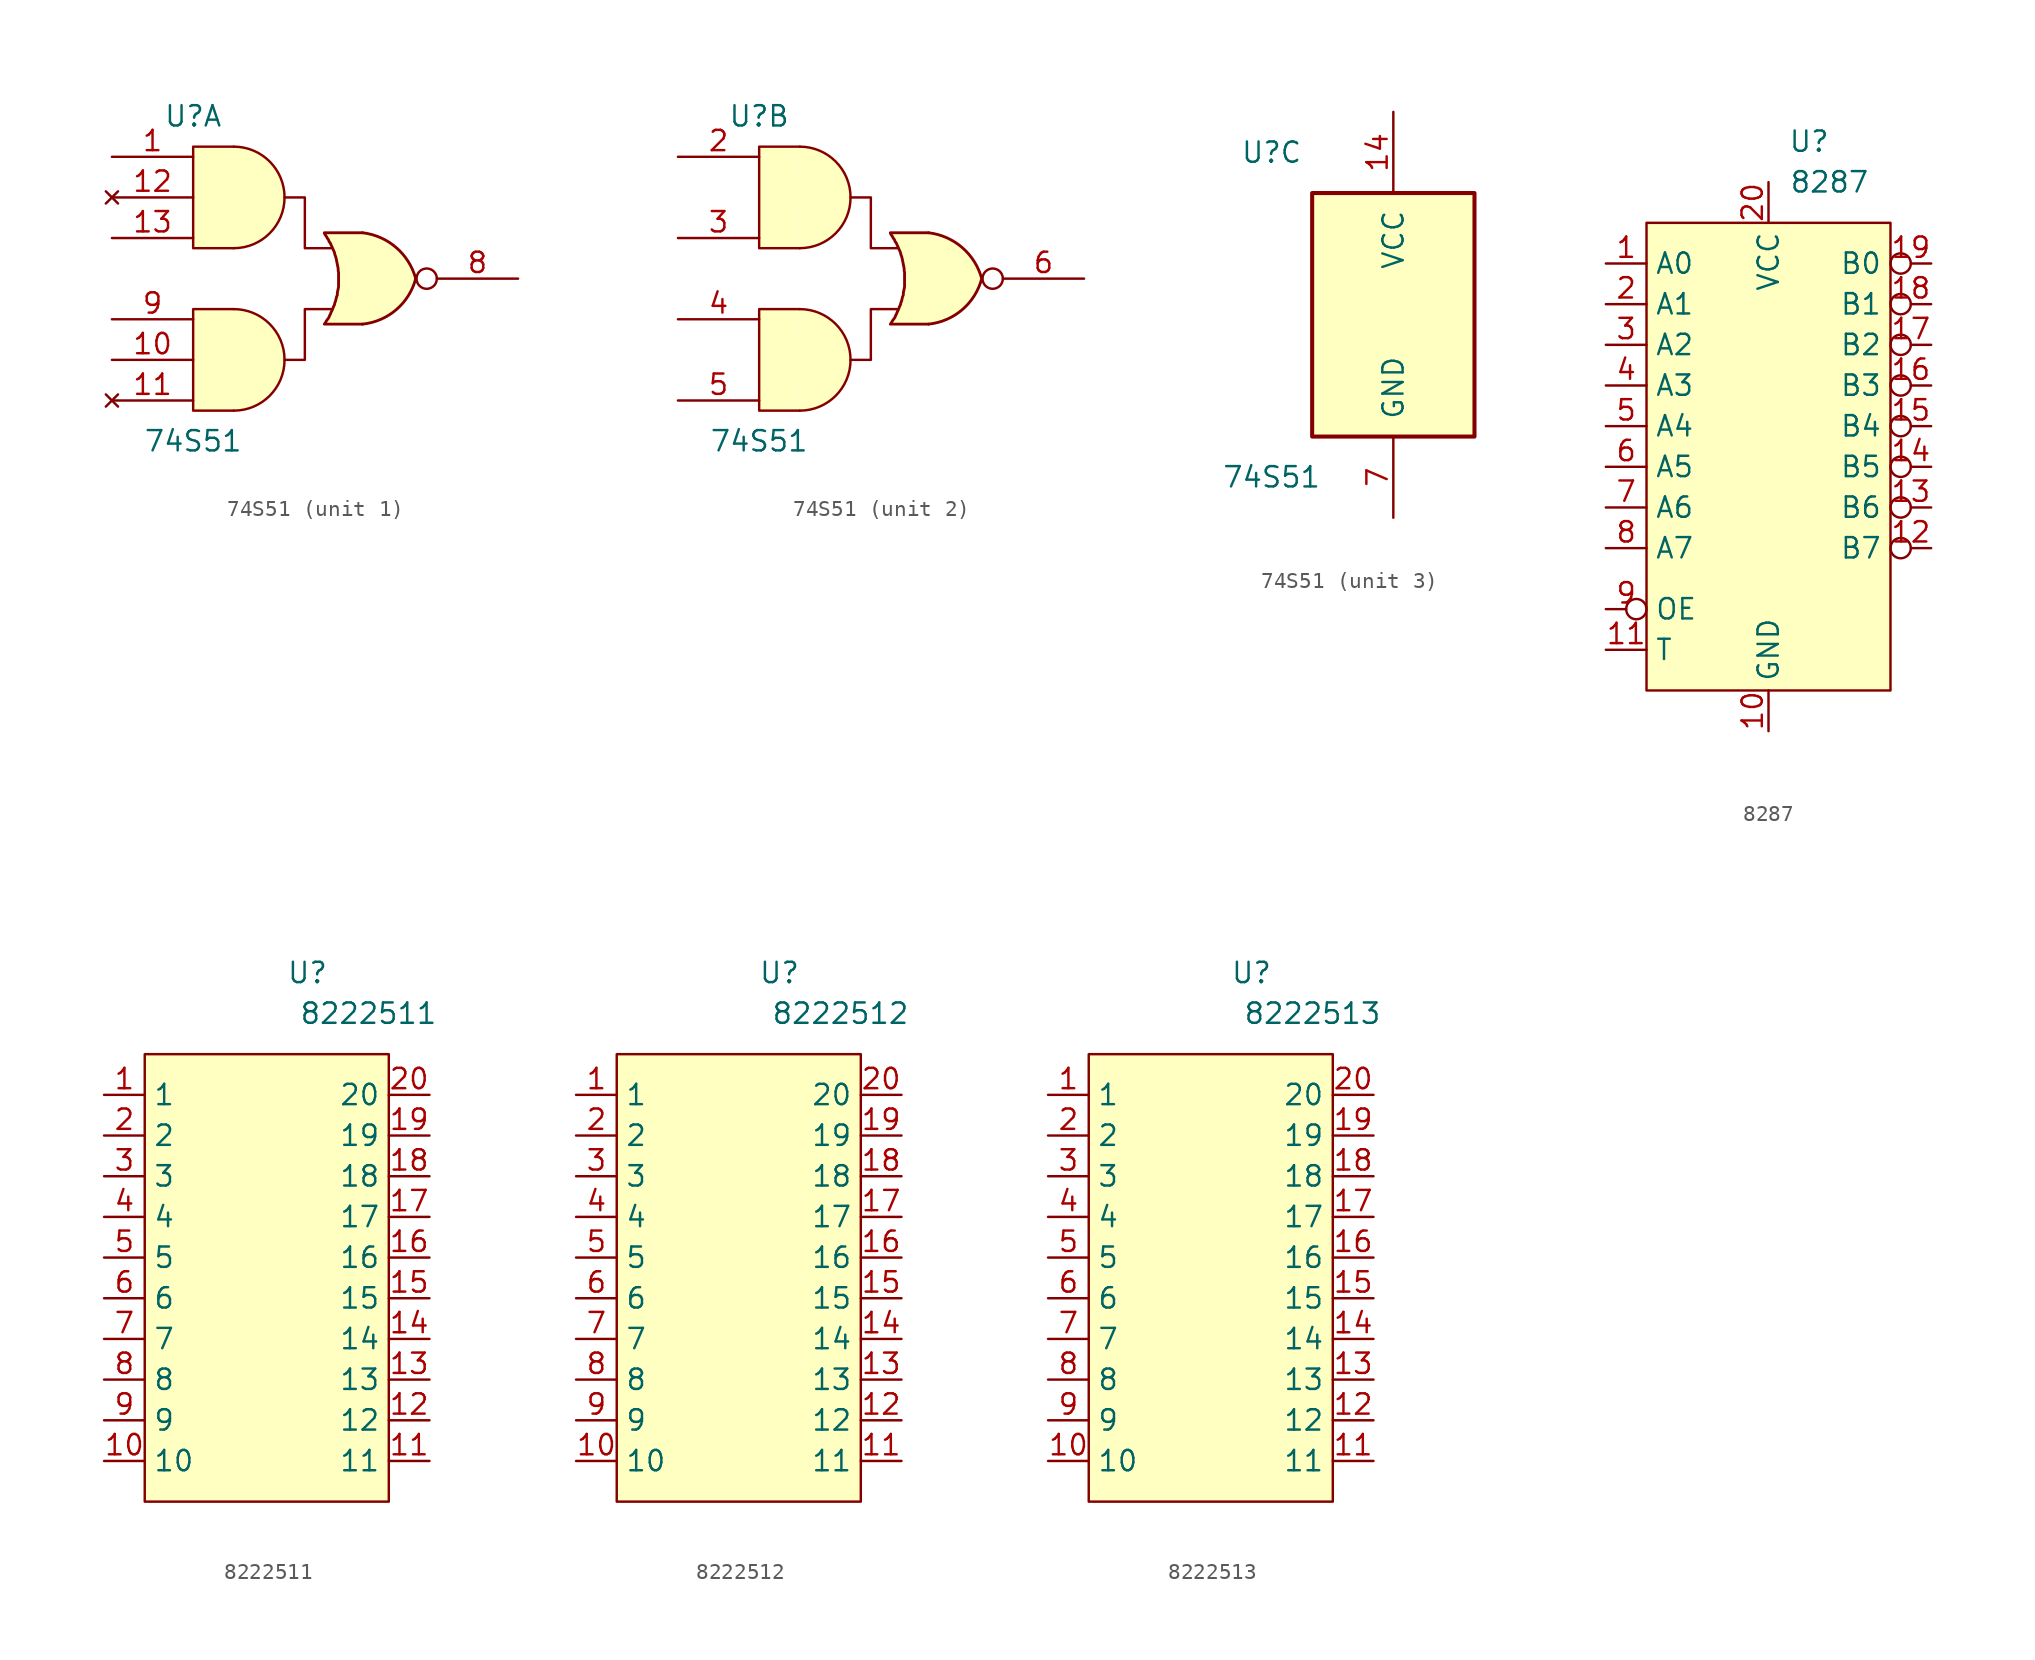
<source format=kicad_sym>
(kicad_symbol_lib
  (version 20220914)
  (generator kicad_symbol_editor)
  (symbol "74S51"
    (pin_names
      (offset 1.016))
    (property "Reference" "U"
      (at -7.62 10.16 0)
      (effects (font (size 1.27 1.27))))
    (property "Value" "74S51"
      (at -7.62 -10.16 0)
      (effects (font (size 1.27 1.27))))
    (property "ki_locked" ""
      (at 0 0 0)
      (effects (font (size 1.27 1.27))))
    (symbol "74S51_1_0"
      (arc (start -5.08 -8.255) (mid -1.9188 -5.08) (end -5.08 -1.905) (stroke (width 0) (type solid)) (fill (type background)))
      (arc (start -5.08 1.905) (mid -1.9188 5.08) (end -5.08 8.255) (stroke (width 0) (type solid)) (fill (type background)))
      (polyline (pts (xy -5.08 -1.905) (xy -7.62 -1.905) (xy -7.62 -8.255) (xy -5.08 -8.255)) (stroke (width 0) (type solid)) (fill (type background)))
      (polyline (pts (xy -5.08 1.905) (xy -7.62 1.905) (xy -7.62 8.255) (xy -5.08 8.255)) (stroke (width 0) (type solid)) (fill (type background)))
      (polyline (pts (xy -1.905 -5.08) (xy -0.635 -5.08) (xy -0.635 -1.905) (xy 1.016 -1.905)) (stroke (width 0) (type solid)) (fill (type none)))
      (polyline (pts (xy -1.905 5.08) (xy -0.635 5.08) (xy -0.635 1.905) (xy 1.016 1.905)) (stroke (width 0) (type solid)) (fill (type none)))
      (polyline (pts (xy 2.972 2.87) (xy 0.584 2.87) (xy 0.584 2.845) (xy 0.635 2.743) (xy 0.711 2.642) (xy 0.762 2.54) (xy 0.838 2.438) (xy 0.889 2.311) (xy 0.965 2.21) (xy 1.016 2.083) (xy 1.067 1.981) (xy 1.118 1.854) (xy 1.168 1.753) (xy 1.219 1.626) (xy 1.245 1.499) (xy 1.295 1.372) (xy 1.321 1.27) (xy 1.346 1.143) (xy 1.372 1.016) (xy 1.397 0.889) (xy 1.422 0.762) (xy 1.448 0.635) (xy 1.448 0.508) (xy 1.473 0.381) (xy 1.473 0.254) (xy 1.473 0.127) (xy 1.473 0) (xy 1.473 -0.127) (xy 1.473 -0.254) (xy 1.473 -0.381) (xy 1.473 -0.508) (xy 1.448 -0.635) (xy 1.422 -0.762) (xy 1.397 -0.889) (xy 1.397 -1.016) (xy 1.346 -1.143) (xy 1.321 -1.245) (xy 1.295 -1.372) (xy 1.245 -1.499) (xy 1.219 -1.626) (xy 1.168 -1.727) (xy 1.118 -1.854) (xy 1.067 -1.981) (xy 1.016 -2.083) (xy 0.965 -2.21) (xy 0.914 -2.311) (xy 0.864 -2.438) (xy 0.787 -2.54) (xy 0.711 -2.642) (xy 0.66 -2.743) (xy 0.584 -2.845) (xy 0.584 -2.845) (xy 2.972 -2.845)) (stroke (width 0.178) (type solid)) (fill (type background)))
      (arc (start 2.9718 -2.8448) (mid 5.0811 -1.9407) (end 6.2992 0) (stroke (width 0.1778) (type solid)) (fill (type background)))
      (arc (start 6.2992 0) (mid 5.0781 1.9435) (end 2.9718 2.8702) (stroke (width 0.1778) (type solid)) (fill (type background)))
      (circle (center 6.985 0) (radius 0.635) (stroke (width 0) (type solid)) (fill (type none)))
      (pin input line (at -12.7 7.62 0) (length 5.08) (name "~" (effects (font (size 1.27 1.27)))) (number "1" (effects (font (size 1.27 1.27)))))
      (pin input line (at -12.7 -5.08 0) (length 5.08) (name "~" (effects (font (size 1.27 1.27)))) (number "10" (effects (font (size 1.27 1.27)))))
      (pin no_connect line (at -12.7 -7.62 0) (length 5.08) (name "~" (effects (font (size 1.27 1.27)))) (number "11" (effects (font (size 1.27 1.27)))))
      (pin no_connect line (at -12.7 5.08 0) (length 5.08) (name "~" (effects (font (size 1.27 1.27)))) (number "12" (effects (font (size 1.27 1.27)))))
      (pin input line (at -12.7 2.54 0) (length 5.08) (name "~" (effects (font (size 1.27 1.27)))) (number "13" (effects (font (size 1.27 1.27)))))
      (pin output line (at 12.7 0 180) (length 5.08) (name "~" (effects (font (size 1.27 1.27)))) (number "8" (effects (font (size 1.27 1.27)))))
      (pin input line (at -12.7 -2.54 0) (length 5.08) (name "~" (effects (font (size 1.27 1.27)))) (number "9" (effects (font (size 1.27 1.27))))))
    (symbol "74S51_2_0"
      (arc (start -5.08 -8.255) (mid -1.9188 -5.08) (end -5.08 -1.905) (stroke (width 0) (type solid)) (fill (type background)))
      (arc (start -5.08 1.905) (mid -1.9188 5.08) (end -5.08 8.255) (stroke (width 0) (type solid)) (fill (type background)))
      (polyline (pts (xy -5.08 -1.905) (xy -7.62 -1.905) (xy -7.62 -8.255) (xy -5.08 -8.255)) (stroke (width 0) (type solid)) (fill (type background)))
      (polyline (pts (xy -5.08 1.905) (xy -7.62 1.905) (xy -7.62 8.255) (xy -5.08 8.255)) (stroke (width 0) (type solid)) (fill (type background)))
      (polyline (pts (xy -1.905 -5.08) (xy -0.635 -5.08) (xy -0.635 -1.905) (xy 1.016 -1.905)) (stroke (width 0) (type solid)) (fill (type none)))
      (polyline (pts (xy -1.905 5.08) (xy -0.635 5.08) (xy -0.635 1.905) (xy 1.016 1.905)) (stroke (width 0) (type solid)) (fill (type none)))
      (polyline (pts (xy 2.972 2.87) (xy 0.584 2.87) (xy 0.584 2.845) (xy 0.635 2.743) (xy 0.711 2.642) (xy 0.762 2.54) (xy 0.838 2.438) (xy 0.889 2.311) (xy 0.965 2.21) (xy 1.016 2.083) (xy 1.067 1.981) (xy 1.118 1.854) (xy 1.168 1.753) (xy 1.219 1.626) (xy 1.245 1.499) (xy 1.295 1.372) (xy 1.321 1.27) (xy 1.346 1.143) (xy 1.372 1.016) (xy 1.397 0.889) (xy 1.422 0.762) (xy 1.448 0.635) (xy 1.448 0.508) (xy 1.473 0.381) (xy 1.473 0.254) (xy 1.473 0.127) (xy 1.473 0) (xy 1.473 -0.127) (xy 1.473 -0.254) (xy 1.473 -0.381) (xy 1.473 -0.508) (xy 1.448 -0.635) (xy 1.422 -0.762) (xy 1.397 -0.889) (xy 1.397 -1.016) (xy 1.346 -1.143) (xy 1.321 -1.245) (xy 1.295 -1.372) (xy 1.245 -1.499) (xy 1.219 -1.626) (xy 1.168 -1.727) (xy 1.118 -1.854) (xy 1.067 -1.981) (xy 1.016 -2.083) (xy 0.965 -2.21) (xy 0.914 -2.311) (xy 0.864 -2.438) (xy 0.787 -2.54) (xy 0.711 -2.642) (xy 0.66 -2.743) (xy 0.584 -2.845) (xy 0.584 -2.845) (xy 2.972 -2.845)) (stroke (width 0.178) (type solid)) (fill (type background)))
      (arc (start 2.9718 -2.8448) (mid 5.0811 -1.9407) (end 6.2992 0) (stroke (width 0.1778) (type solid)) (fill (type background)))
      (arc (start 6.2992 0) (mid 5.0781 1.9435) (end 2.9718 2.8702) (stroke (width 0.1778) (type solid)) (fill (type background)))
      (circle (center 6.985 0) (radius 0.635) (stroke (width 0) (type solid)) (fill (type none)))
      (pin input line (at -12.7 7.62 0) (length 5.08) (name "~" (effects (font (size 1.27 1.27)))) (number "2" (effects (font (size 1.27 1.27)))))
      (pin input line (at -12.7 2.54 0) (length 5.08) (name "~" (effects (font (size 1.27 1.27)))) (number "3" (effects (font (size 1.27 1.27)))))
      (pin input line (at -12.7 -2.54 0) (length 5.08) (name "~" (effects (font (size 1.27 1.27)))) (number "4" (effects (font (size 1.27 1.27)))))
      (pin input line (at -12.7 -7.62 0) (length 5.08) (name "~" (effects (font (size 1.27 1.27)))) (number "5" (effects (font (size 1.27 1.27)))))
      (pin output line (at 12.7 0 180) (length 5.08) (name "~" (effects (font (size 1.27 1.27)))) (number "6" (effects (font (size 1.27 1.27))))))
    (symbol "74S51_3_0"
      (pin power_in line (at 0 12.7 270) (length 5.08) (name "VCC" (effects (font (size 1.27 1.27)))) (number "14" (effects (font (size 1.27 1.27)))))
      (pin power_in line (at 0 -12.7 90) (length 5.08) (name "GND" (effects (font (size 1.27 1.27)))) (number "7" (effects (font (size 1.27 1.27))))))
    (symbol "74S51_3_1"
      (rectangle (start -5.08 7.62) (end 5.08 -7.62) (stroke (width 0.254) (type solid)) (fill (type background)))))
  (symbol "8287"
    (property "Reference" "U"
      (at 2.54 19.05 0)
      (effects (font (size 1.27 1.27))))
    (property "Value" "8287"
      (at 3.81 16.51 0)
      (effects (font (size 1.27 1.27))))
    (symbol "8287_1_1"
      (rectangle (start -7.62 13.97) (end 7.62 -15.24) (stroke (width 0) (type default)) (fill (type background)))
      (pin bidirectional line (at -10.16 11.43 0) (length 2.54) (name "A0" (effects (font (size 1.27 1.27)))) (number "1" (effects (font (size 1.27 1.27)))))
      (pin power_in line (at 0 -17.78 90) (length 2.54) (name "GND" (effects (font (size 1.27 1.27)))) (number "10" (effects (font (size 1.27 1.27)))))
      (pin input line (at -10.16 -12.7 0) (length 2.54) (name "T" (effects (font (size 1.27 1.27)))) (number "11" (effects (font (size 1.27 1.27)))))
      (pin bidirectional inverted (at 10.16 -6.35 180) (length 2.54) (name "B7" (effects (font (size 1.27 1.27)))) (number "12" (effects (font (size 1.27 1.27)))))
      (pin bidirectional inverted (at 10.16 -3.81 180) (length 2.54) (name "B6" (effects (font (size 1.27 1.27)))) (number "13" (effects (font (size 1.27 1.27)))))
      (pin bidirectional inverted (at 10.16 -1.27 180) (length 2.54) (name "B5" (effects (font (size 1.27 1.27)))) (number "14" (effects (font (size 1.27 1.27)))))
      (pin bidirectional inverted (at 10.16 1.27 180) (length 2.54) (name "B4" (effects (font (size 1.27 1.27)))) (number "15" (effects (font (size 1.27 1.27)))))
      (pin bidirectional inverted (at 10.16 3.81 180) (length 2.54) (name "B3" (effects (font (size 1.27 1.27)))) (number "16" (effects (font (size 1.27 1.27)))))
      (pin bidirectional inverted (at 10.16 6.35 180) (length 2.54) (name "B2" (effects (font (size 1.27 1.27)))) (number "17" (effects (font (size 1.27 1.27)))))
      (pin bidirectional inverted (at 10.16 8.89 180) (length 2.54) (name "B1" (effects (font (size 1.27 1.27)))) (number "18" (effects (font (size 1.27 1.27)))))
      (pin bidirectional inverted (at 10.16 11.43 180) (length 2.54) (name "B0" (effects (font (size 1.27 1.27)))) (number "19" (effects (font (size 1.27 1.27)))))
      (pin bidirectional line (at -10.16 8.89 0) (length 2.54) (name "A1" (effects (font (size 1.27 1.27)))) (number "2" (effects (font (size 1.27 1.27)))))
      (pin power_in line (at 0 16.51 270) (length 2.54) (name "VCC" (effects (font (size 1.27 1.27)))) (number "20" (effects (font (size 1.27 1.27)))))
      (pin bidirectional line (at -10.16 6.35 0) (length 2.54) (name "A2" (effects (font (size 1.27 1.27)))) (number "3" (effects (font (size 1.27 1.27)))))
      (pin bidirectional line (at -10.16 3.81 0) (length 2.54) (name "A3" (effects (font (size 1.27 1.27)))) (number "4" (effects (font (size 1.27 1.27)))))
      (pin bidirectional line (at -10.16 1.27 0) (length 2.54) (name "A4" (effects (font (size 1.27 1.27)))) (number "5" (effects (font (size 1.27 1.27)))))
      (pin bidirectional line (at -10.16 -1.27 0) (length 2.54) (name "A5" (effects (font (size 1.27 1.27)))) (number "6" (effects (font (size 1.27 1.27)))))
      (pin bidirectional line (at -10.16 -3.81 0) (length 2.54) (name "A6" (effects (font (size 1.27 1.27)))) (number "7" (effects (font (size 1.27 1.27)))))
      (pin bidirectional line (at -10.16 -6.35 0) (length 2.54) (name "A7" (effects (font (size 1.27 1.27)))) (number "8" (effects (font (size 1.27 1.27)))))
      (pin input inverted (at -10.16 -10.16 0) (length 2.54) (name "OE" (effects (font (size 1.27 1.27)))) (number "9" (effects (font (size 1.27 1.27)))))))
  (symbol "8222511"
    (property "Reference" "U"
      (at 2.54 19.05 0)
      (effects (font (size 1.27 1.27))))
    (property "Value" "8222511"
      (at 6.35 16.51 0)
      (effects (font (size 1.27 1.27))))
    (symbol "8222511_1_1"
      (rectangle (start -7.62 13.97) (end 7.62 -13.97) (stroke (width 0) (type default)) (fill (type background)))
      (pin unspecified line (at -10.16 11.43 0) (length 2.54) (name "1" (effects (font (size 1.27 1.27)))) (number "1" (effects (font (size 1.27 1.27)))))
      (pin unspecified line (at -10.16 -11.43 0) (length 2.54) (name "10" (effects (font (size 1.27 1.27)))) (number "10" (effects (font (size 1.27 1.27)))))
      (pin unspecified line (at 10.16 -11.43 180) (length 2.54) (name "11" (effects (font (size 1.27 1.27)))) (number "11" (effects (font (size 1.27 1.27)))))
      (pin unspecified line (at 10.16 -8.89 180) (length 2.54) (name "12" (effects (font (size 1.27 1.27)))) (number "12" (effects (font (size 1.27 1.27)))))
      (pin unspecified line (at 10.16 -6.35 180) (length 2.54) (name "13" (effects (font (size 1.27 1.27)))) (number "13" (effects (font (size 1.27 1.27)))))
      (pin unspecified line (at 10.16 -3.81 180) (length 2.54) (name "14" (effects (font (size 1.27 1.27)))) (number "14" (effects (font (size 1.27 1.27)))))
      (pin unspecified line (at 10.16 -1.27 180) (length 2.54) (name "15" (effects (font (size 1.27 1.27)))) (number "15" (effects (font (size 1.27 1.27)))))
      (pin unspecified line (at 10.16 1.27 180) (length 2.54) (name "16" (effects (font (size 1.27 1.27)))) (number "16" (effects (font (size 1.27 1.27)))))
      (pin unspecified line (at 10.16 3.81 180) (length 2.54) (name "17" (effects (font (size 1.27 1.27)))) (number "17" (effects (font (size 1.27 1.27)))))
      (pin unspecified line (at 10.16 6.35 180) (length 2.54) (name "18" (effects (font (size 1.27 1.27)))) (number "18" (effects (font (size 1.27 1.27)))))
      (pin unspecified line (at 10.16 8.89 180) (length 2.54) (name "19" (effects (font (size 1.27 1.27)))) (number "19" (effects (font (size 1.27 1.27)))))
      (pin unspecified line (at -10.16 8.89 0) (length 2.54) (name "2" (effects (font (size 1.27 1.27)))) (number "2" (effects (font (size 1.27 1.27)))))
      (pin unspecified line (at 10.16 11.43 180) (length 2.54) (name "20" (effects (font (size 1.27 1.27)))) (number "20" (effects (font (size 1.27 1.27)))))
      (pin unspecified line (at -10.16 6.35 0) (length 2.54) (name "3" (effects (font (size 1.27 1.27)))) (number "3" (effects (font (size 1.27 1.27)))))
      (pin unspecified line (at -10.16 3.81 0) (length 2.54) (name "4" (effects (font (size 1.27 1.27)))) (number "4" (effects (font (size 1.27 1.27)))))
      (pin unspecified line (at -10.16 1.27 0) (length 2.54) (name "5" (effects (font (size 1.27 1.27)))) (number "5" (effects (font (size 1.27 1.27)))))
      (pin unspecified line (at -10.16 -1.27 0) (length 2.54) (name "6" (effects (font (size 1.27 1.27)))) (number "6" (effects (font (size 1.27 1.27)))))
      (pin unspecified line (at -10.16 -3.81 0) (length 2.54) (name "7" (effects (font (size 1.27 1.27)))) (number "7" (effects (font (size 1.27 1.27)))))
      (pin unspecified line (at -10.16 -6.35 0) (length 2.54) (name "8" (effects (font (size 1.27 1.27)))) (number "8" (effects (font (size 1.27 1.27)))))
      (pin unspecified line (at -10.16 -8.89 0) (length 2.54) (name "9" (effects (font (size 1.27 1.27)))) (number "9" (effects (font (size 1.27 1.27)))))))
  (symbol "8222512"
    (property "Reference" "U"
      (at 2.54 19.05 0)
      (effects (font (size 1.27 1.27))))
    (property "Value" "8222512"
      (at 6.35 16.51 0)
      (effects (font (size 1.27 1.27))))
    (symbol "8222512_1_1"
      (rectangle (start -7.62 13.97) (end 7.62 -13.97) (stroke (width 0) (type default)) (fill (type background)))
      (pin unspecified line (at -10.16 11.43 0) (length 2.54) (name "1" (effects (font (size 1.27 1.27)))) (number "1" (effects (font (size 1.27 1.27)))))
      (pin unspecified line (at -10.16 -11.43 0) (length 2.54) (name "10" (effects (font (size 1.27 1.27)))) (number "10" (effects (font (size 1.27 1.27)))))
      (pin unspecified line (at 10.16 -11.43 180) (length 2.54) (name "11" (effects (font (size 1.27 1.27)))) (number "11" (effects (font (size 1.27 1.27)))))
      (pin unspecified line (at 10.16 -8.89 180) (length 2.54) (name "12" (effects (font (size 1.27 1.27)))) (number "12" (effects (font (size 1.27 1.27)))))
      (pin unspecified line (at 10.16 -6.35 180) (length 2.54) (name "13" (effects (font (size 1.27 1.27)))) (number "13" (effects (font (size 1.27 1.27)))))
      (pin unspecified line (at 10.16 -3.81 180) (length 2.54) (name "14" (effects (font (size 1.27 1.27)))) (number "14" (effects (font (size 1.27 1.27)))))
      (pin unspecified line (at 10.16 -1.27 180) (length 2.54) (name "15" (effects (font (size 1.27 1.27)))) (number "15" (effects (font (size 1.27 1.27)))))
      (pin unspecified line (at 10.16 1.27 180) (length 2.54) (name "16" (effects (font (size 1.27 1.27)))) (number "16" (effects (font (size 1.27 1.27)))))
      (pin unspecified line (at 10.16 3.81 180) (length 2.54) (name "17" (effects (font (size 1.27 1.27)))) (number "17" (effects (font (size 1.27 1.27)))))
      (pin unspecified line (at 10.16 6.35 180) (length 2.54) (name "18" (effects (font (size 1.27 1.27)))) (number "18" (effects (font (size 1.27 1.27)))))
      (pin unspecified line (at 10.16 8.89 180) (length 2.54) (name "19" (effects (font (size 1.27 1.27)))) (number "19" (effects (font (size 1.27 1.27)))))
      (pin unspecified line (at -10.16 8.89 0) (length 2.54) (name "2" (effects (font (size 1.27 1.27)))) (number "2" (effects (font (size 1.27 1.27)))))
      (pin unspecified line (at 10.16 11.43 180) (length 2.54) (name "20" (effects (font (size 1.27 1.27)))) (number "20" (effects (font (size 1.27 1.27)))))
      (pin unspecified line (at -10.16 6.35 0) (length 2.54) (name "3" (effects (font (size 1.27 1.27)))) (number "3" (effects (font (size 1.27 1.27)))))
      (pin unspecified line (at -10.16 3.81 0) (length 2.54) (name "4" (effects (font (size 1.27 1.27)))) (number "4" (effects (font (size 1.27 1.27)))))
      (pin unspecified line (at -10.16 1.27 0) (length 2.54) (name "5" (effects (font (size 1.27 1.27)))) (number "5" (effects (font (size 1.27 1.27)))))
      (pin unspecified line (at -10.16 -1.27 0) (length 2.54) (name "6" (effects (font (size 1.27 1.27)))) (number "6" (effects (font (size 1.27 1.27)))))
      (pin unspecified line (at -10.16 -3.81 0) (length 2.54) (name "7" (effects (font (size 1.27 1.27)))) (number "7" (effects (font (size 1.27 1.27)))))
      (pin unspecified line (at -10.16 -6.35 0) (length 2.54) (name "8" (effects (font (size 1.27 1.27)))) (number "8" (effects (font (size 1.27 1.27)))))
      (pin unspecified line (at -10.16 -8.89 0) (length 2.54) (name "9" (effects (font (size 1.27 1.27)))) (number "9" (effects (font (size 1.27 1.27)))))))
  (symbol "8222513"
    (property "Reference" "U"
      (at 2.54 19.05 0)
      (effects (font (size 1.27 1.27))))
    (property "Value" "8222513"
      (at 6.35 16.51 0)
      (effects (font (size 1.27 1.27))))
    (symbol "8222513_1_1"
      (rectangle (start -7.62 13.97) (end 7.62 -13.97) (stroke (width 0) (type default)) (fill (type background)))
      (pin unspecified line (at -10.16 11.43 0) (length 2.54) (name "1" (effects (font (size 1.27 1.27)))) (number "1" (effects (font (size 1.27 1.27)))))
      (pin unspecified line (at -10.16 -11.43 0) (length 2.54) (name "10" (effects (font (size 1.27 1.27)))) (number "10" (effects (font (size 1.27 1.27)))))
      (pin unspecified line (at 10.16 -11.43 180) (length 2.54) (name "11" (effects (font (size 1.27 1.27)))) (number "11" (effects (font (size 1.27 1.27)))))
      (pin unspecified line (at 10.16 -8.89 180) (length 2.54) (name "12" (effects (font (size 1.27 1.27)))) (number "12" (effects (font (size 1.27 1.27)))))
      (pin unspecified line (at 10.16 -6.35 180) (length 2.54) (name "13" (effects (font (size 1.27 1.27)))) (number "13" (effects (font (size 1.27 1.27)))))
      (pin unspecified line (at 10.16 -3.81 180) (length 2.54) (name "14" (effects (font (size 1.27 1.27)))) (number "14" (effects (font (size 1.27 1.27)))))
      (pin unspecified line (at 10.16 -1.27 180) (length 2.54) (name "15" (effects (font (size 1.27 1.27)))) (number "15" (effects (font (size 1.27 1.27)))))
      (pin unspecified line (at 10.16 1.27 180) (length 2.54) (name "16" (effects (font (size 1.27 1.27)))) (number "16" (effects (font (size 1.27 1.27)))))
      (pin unspecified line (at 10.16 3.81 180) (length 2.54) (name "17" (effects (font (size 1.27 1.27)))) (number "17" (effects (font (size 1.27 1.27)))))
      (pin unspecified line (at 10.16 6.35 180) (length 2.54) (name "18" (effects (font (size 1.27 1.27)))) (number "18" (effects (font (size 1.27 1.27)))))
      (pin unspecified line (at 10.16 8.89 180) (length 2.54) (name "19" (effects (font (size 1.27 1.27)))) (number "19" (effects (font (size 1.27 1.27)))))
      (pin unspecified line (at -10.16 8.89 0) (length 2.54) (name "2" (effects (font (size 1.27 1.27)))) (number "2" (effects (font (size 1.27 1.27)))))
      (pin unspecified line (at 10.16 11.43 180) (length 2.54) (name "20" (effects (font (size 1.27 1.27)))) (number "20" (effects (font (size 1.27 1.27)))))
      (pin unspecified line (at -10.16 6.35 0) (length 2.54) (name "3" (effects (font (size 1.27 1.27)))) (number "3" (effects (font (size 1.27 1.27)))))
      (pin unspecified line (at -10.16 3.81 0) (length 2.54) (name "4" (effects (font (size 1.27 1.27)))) (number "4" (effects (font (size 1.27 1.27)))))
      (pin unspecified line (at -10.16 1.27 0) (length 2.54) (name "5" (effects (font (size 1.27 1.27)))) (number "5" (effects (font (size 1.27 1.27)))))
      (pin unspecified line (at -10.16 -1.27 0) (length 2.54) (name "6" (effects (font (size 1.27 1.27)))) (number "6" (effects (font (size 1.27 1.27)))))
      (pin unspecified line (at -10.16 -3.81 0) (length 2.54) (name "7" (effects (font (size 1.27 1.27)))) (number "7" (effects (font (size 1.27 1.27)))))
      (pin unspecified line (at -10.16 -6.35 0) (length 2.54) (name "8" (effects (font (size 1.27 1.27)))) (number "8" (effects (font (size 1.27 1.27)))))
      (pin unspecified line (at -10.16 -8.89 0) (length 2.54) (name "9" (effects (font (size 1.27 1.27)))) (number "9" (effects (font (size 1.27 1.27))))))))
</source>
